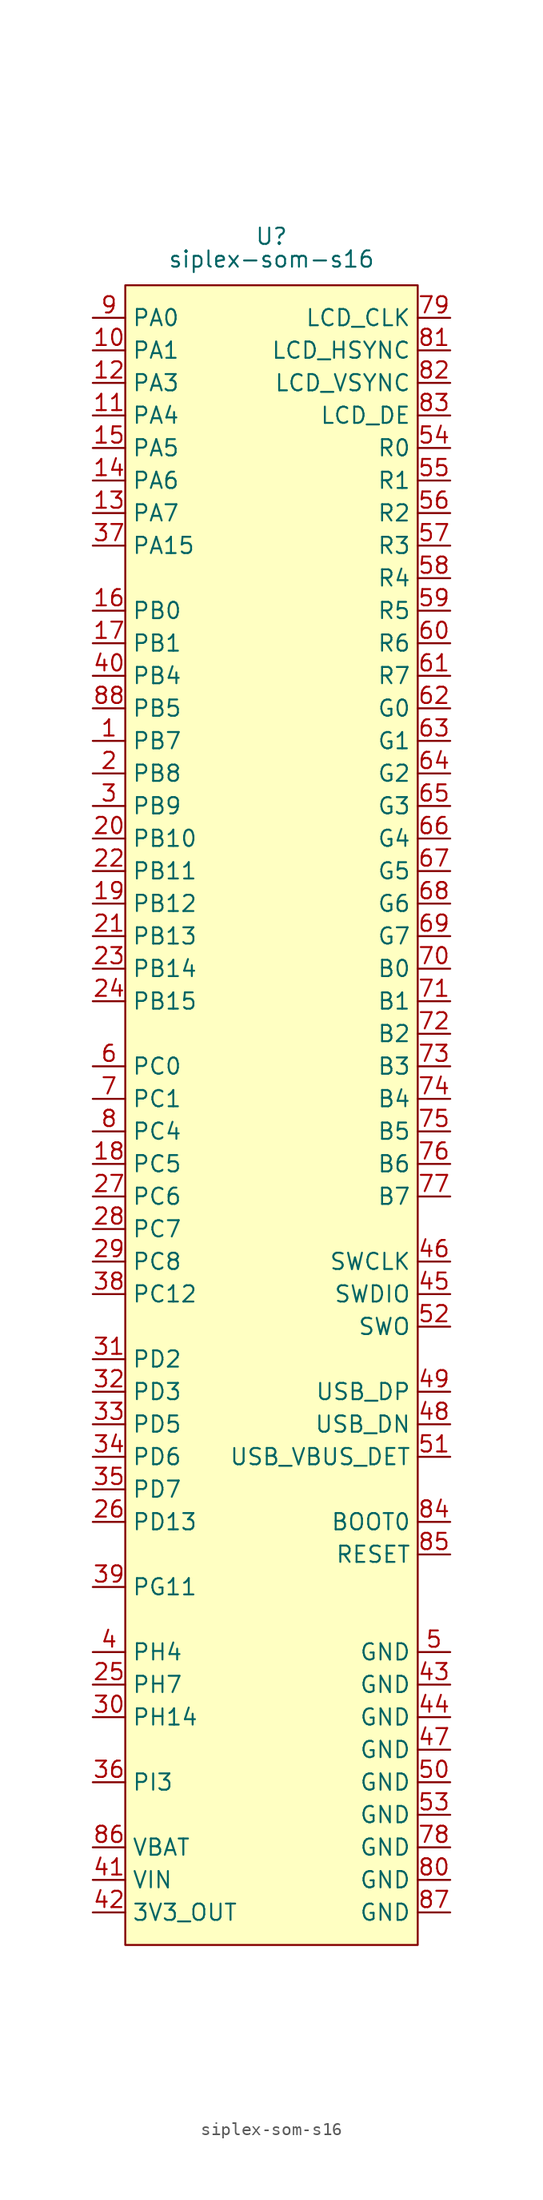
<source format=kicad_sym>
(kicad_symbol_lib
  (version 20231120)
  (generator "kicad_symbol_editor")
  (generator_version "8.0")
  (symbol "siplex-som-s16"
    (property "Reference" "U"
      (at 0 73.66 0)
      (effects (font (size 1.27 1.27))))
    (property "Value" "siplex-som-s16"
      (at 0 71.882 0)
      (effects (font (size 1.27 1.27))))
    (symbol "siplex-som-s16_1_1"
      (rectangle (start -11.43 69.85) (end 11.43 -59.69) (stroke (width 0) (type default)) (fill (type background)))
      (pin bidirectional line (at -13.97 34.29 0) (length 2.54) (name "PB7" (effects (font (size 1.27 1.27)))) (number "1" (effects (font (size 1.27 1.27)))))
      (pin bidirectional line (at -13.97 64.77 0) (length 2.54) (name "PA1" (effects (font (size 1.27 1.27)))) (number "10" (effects (font (size 1.27 1.27)))))
      (pin bidirectional line (at -13.97 59.69 0) (length 2.54) (name "PA4" (effects (font (size 1.27 1.27)))) (number "11" (effects (font (size 1.27 1.27)))))
      (pin bidirectional line (at -13.97 62.23 0) (length 2.54) (name "PA3" (effects (font (size 1.27 1.27)))) (number "12" (effects (font (size 1.27 1.27)))))
      (pin bidirectional line (at -13.97 52.07 0) (length 2.54) (name "PA7" (effects (font (size 1.27 1.27)))) (number "13" (effects (font (size 1.27 1.27)))))
      (pin bidirectional line (at -13.97 54.61 0) (length 2.54) (name "PA6" (effects (font (size 1.27 1.27)))) (number "14" (effects (font (size 1.27 1.27)))))
      (pin bidirectional line (at -13.97 57.15 0) (length 2.54) (name "PA5" (effects (font (size 1.27 1.27)))) (number "15" (effects (font (size 1.27 1.27)))))
      (pin bidirectional line (at -13.97 44.45 0) (length 2.54) (name "PB0" (effects (font (size 1.27 1.27)))) (number "16" (effects (font (size 1.27 1.27)))))
      (pin bidirectional line (at -13.97 41.91 0) (length 2.54) (name "PB1" (effects (font (size 1.27 1.27)))) (number "17" (effects (font (size 1.27 1.27)))))
      (pin bidirectional line (at -13.97 1.27 0) (length 2.54) (name "PC5" (effects (font (size 1.27 1.27)))) (number "18" (effects (font (size 1.27 1.27)))))
      (pin bidirectional line (at -13.97 21.59 0) (length 2.54) (name "PB12" (effects (font (size 1.27 1.27)))) (number "19" (effects (font (size 1.27 1.27)))))
      (pin bidirectional line (at -13.97 31.75 0) (length 2.54) (name "PB8" (effects (font (size 1.27 1.27)))) (number "2" (effects (font (size 1.27 1.27)))))
      (pin bidirectional line (at -13.97 26.67 0) (length 2.54) (name "PB10" (effects (font (size 1.27 1.27)))) (number "20" (effects (font (size 1.27 1.27)))))
      (pin bidirectional line (at -13.97 19.05 0) (length 2.54) (name "PB13" (effects (font (size 1.27 1.27)))) (number "21" (effects (font (size 1.27 1.27)))))
      (pin bidirectional line (at -13.97 24.13 0) (length 2.54) (name "PB11" (effects (font (size 1.27 1.27)))) (number "22" (effects (font (size 1.27 1.27)))))
      (pin bidirectional line (at -13.97 16.51 0) (length 2.54) (name "PB14" (effects (font (size 1.27 1.27)))) (number "23" (effects (font (size 1.27 1.27)))))
      (pin bidirectional line (at -13.97 13.97 0) (length 2.54) (name "PB15" (effects (font (size 1.27 1.27)))) (number "24" (effects (font (size 1.27 1.27)))))
      (pin bidirectional line (at -13.97 -39.37 0) (length 2.54) (name "PH7" (effects (font (size 1.27 1.27)))) (number "25" (effects (font (size 1.27 1.27)))))
      (pin bidirectional line (at -13.97 -26.67 0) (length 2.54) (name "PD13" (effects (font (size 1.27 1.27)))) (number "26" (effects (font (size 1.27 1.27)))))
      (pin bidirectional line (at -13.97 -1.27 0) (length 2.54) (name "PC6" (effects (font (size 1.27 1.27)))) (number "27" (effects (font (size 1.27 1.27)))))
      (pin bidirectional line (at -13.97 -3.81 0) (length 2.54) (name "PC7" (effects (font (size 1.27 1.27)))) (number "28" (effects (font (size 1.27 1.27)))))
      (pin bidirectional line (at -13.97 -6.35 0) (length 2.54) (name "PC8" (effects (font (size 1.27 1.27)))) (number "29" (effects (font (size 1.27 1.27)))))
      (pin bidirectional line (at -13.97 29.21 0) (length 2.54) (name "PB9" (effects (font (size 1.27 1.27)))) (number "3" (effects (font (size 1.27 1.27)))))
      (pin power_in line (at -13.97 -41.91 0) (length 2.54) (name "PH14" (effects (font (size 1.27 1.27)))) (number "30" (effects (font (size 1.27 1.27)))))
      (pin bidirectional line (at -13.97 -13.97 0) (length 2.54) (name "PD2" (effects (font (size 1.27 1.27)))) (number "31" (effects (font (size 1.27 1.27)))))
      (pin bidirectional line (at -13.97 -16.51 0) (length 2.54) (name "PD3" (effects (font (size 1.27 1.27)))) (number "32" (effects (font (size 1.27 1.27)))))
      (pin bidirectional line (at -13.97 -19.05 0) (length 2.54) (name "PD5" (effects (font (size 1.27 1.27)))) (number "33" (effects (font (size 1.27 1.27)))))
      (pin bidirectional line (at -13.97 -21.59 0) (length 2.54) (name "PD6" (effects (font (size 1.27 1.27)))) (number "34" (effects (font (size 1.27 1.27)))))
      (pin bidirectional line (at -13.97 -24.13 0) (length 2.54) (name "PD7" (effects (font (size 1.27 1.27)))) (number "35" (effects (font (size 1.27 1.27)))))
      (pin bidirectional line (at -13.97 -46.99 0) (length 2.54) (name "PI3" (effects (font (size 1.27 1.27)))) (number "36" (effects (font (size 1.27 1.27)))))
      (pin bidirectional line (at -13.97 49.53 0) (length 2.54) (name "PA15" (effects (font (size 1.27 1.27)))) (number "37" (effects (font (size 1.27 1.27)))))
      (pin bidirectional line (at -13.97 -8.89 0) (length 2.54) (name "PC12" (effects (font (size 1.27 1.27)))) (number "38" (effects (font (size 1.27 1.27)))))
      (pin bidirectional line (at -13.97 -31.75 0) (length 2.54) (name "PG11" (effects (font (size 1.27 1.27)))) (number "39" (effects (font (size 1.27 1.27)))))
      (pin bidirectional line (at -13.97 -36.83 0) (length 2.54) (name "PH4" (effects (font (size 1.27 1.27)))) (number "4" (effects (font (size 1.27 1.27)))))
      (pin bidirectional line (at -13.97 39.37 0) (length 2.54) (name "PB4" (effects (font (size 1.27 1.27)))) (number "40" (effects (font (size 1.27 1.27)))))
      (pin power_in line (at -13.97 -54.61 0) (length 2.54) (name "VIN" (effects (font (size 1.27 1.27)))) (number "41" (effects (font (size 1.27 1.27)))))
      (pin power_in line (at -13.97 -57.15 0) (length 2.54) (name "3V3_OUT" (effects (font (size 1.27 1.27)))) (number "42" (effects (font (size 1.27 1.27)))))
      (pin power_in line (at 13.97 -39.37 180) (length 2.54) (name "GND" (effects (font (size 1.27 1.27)))) (number "43" (effects (font (size 1.27 1.27)))))
      (pin power_in line (at 13.97 -41.91 180) (length 2.54) (name "GND" (effects (font (size 1.27 1.27)))) (number "44" (effects (font (size 1.27 1.27)))))
      (pin bidirectional line (at 13.97 -8.89 180) (length 2.54) (name "SWDIO" (effects (font (size 1.27 1.27)))) (number "45" (effects (font (size 1.27 1.27)))))
      (pin bidirectional line (at 13.97 -6.35 180) (length 2.54) (name "SWCLK" (effects (font (size 1.27 1.27)))) (number "46" (effects (font (size 1.27 1.27)))))
      (pin power_in line (at 13.97 -44.45 180) (length 2.54) (name "GND" (effects (font (size 1.27 1.27)))) (number "47" (effects (font (size 1.27 1.27)))))
      (pin bidirectional line (at 13.97 -19.05 180) (length 2.54) (name "USB_DN" (effects (font (size 1.27 1.27)))) (number "48" (effects (font (size 1.27 1.27)))))
      (pin bidirectional line (at 13.97 -16.51 180) (length 2.54) (name "USB_DP" (effects (font (size 1.27 1.27)))) (number "49" (effects (font (size 1.27 1.27)))))
      (pin power_in line (at 13.97 -36.83 180) (length 2.54) (name "GND" (effects (font (size 1.27 1.27)))) (number "5" (effects (font (size 1.27 1.27)))))
      (pin power_in line (at 13.97 -46.99 180) (length 2.54) (name "GND" (effects (font (size 1.27 1.27)))) (number "50" (effects (font (size 1.27 1.27)))))
      (pin bidirectional line (at 13.97 -21.59 180) (length 2.54) (name "USB_VBUS_DET" (effects (font (size 1.27 1.27)))) (number "51" (effects (font (size 1.27 1.27)))))
      (pin bidirectional line (at 13.97 -11.43 180) (length 2.54) (name "SWO" (effects (font (size 1.27 1.27)))) (number "52" (effects (font (size 1.27 1.27)))))
      (pin power_in line (at 13.97 -49.53 180) (length 2.54) (name "GND" (effects (font (size 1.27 1.27)))) (number "53" (effects (font (size 1.27 1.27)))))
      (pin bidirectional line (at 13.97 57.15 180) (length 2.54) (name "R0" (effects (font (size 1.27 1.27)))) (number "54" (effects (font (size 1.27 1.27)))))
      (pin bidirectional line (at 13.97 54.61 180) (length 2.54) (name "R1" (effects (font (size 1.27 1.27)))) (number "55" (effects (font (size 1.27 1.27)))))
      (pin bidirectional line (at 13.97 52.07 180) (length 2.54) (name "R2" (effects (font (size 1.27 1.27)))) (number "56" (effects (font (size 1.27 1.27)))))
      (pin bidirectional line (at 13.97 49.53 180) (length 2.54) (name "R3" (effects (font (size 1.27 1.27)))) (number "57" (effects (font (size 1.27 1.27)))))
      (pin bidirectional line (at 13.97 46.99 180) (length 2.54) (name "R4" (effects (font (size 1.27 1.27)))) (number "58" (effects (font (size 1.27 1.27)))))
      (pin bidirectional line (at 13.97 44.45 180) (length 2.54) (name "R5" (effects (font (size 1.27 1.27)))) (number "59" (effects (font (size 1.27 1.27)))))
      (pin bidirectional line (at -13.97 8.89 0) (length 2.54) (name "PC0" (effects (font (size 1.27 1.27)))) (number "6" (effects (font (size 1.27 1.27)))))
      (pin bidirectional line (at 13.97 41.91 180) (length 2.54) (name "R6" (effects (font (size 1.27 1.27)))) (number "60" (effects (font (size 1.27 1.27)))))
      (pin bidirectional line (at 13.97 39.37 180) (length 2.54) (name "R7" (effects (font (size 1.27 1.27)))) (number "61" (effects (font (size 1.27 1.27)))))
      (pin bidirectional line (at 13.97 36.83 180) (length 2.54) (name "G0" (effects (font (size 1.27 1.27)))) (number "62" (effects (font (size 1.27 1.27)))))
      (pin bidirectional line (at 13.97 34.29 180) (length 2.54) (name "G1" (effects (font (size 1.27 1.27)))) (number "63" (effects (font (size 1.27 1.27)))))
      (pin bidirectional line (at 13.97 31.75 180) (length 2.54) (name "G2" (effects (font (size 1.27 1.27)))) (number "64" (effects (font (size 1.27 1.27)))))
      (pin bidirectional line (at 13.97 29.21 180) (length 2.54) (name "G3" (effects (font (size 1.27 1.27)))) (number "65" (effects (font (size 1.27 1.27)))))
      (pin bidirectional line (at 13.97 26.67 180) (length 2.54) (name "G4" (effects (font (size 1.27 1.27)))) (number "66" (effects (font (size 1.27 1.27)))))
      (pin bidirectional line (at 13.97 24.13 180) (length 2.54) (name "G5" (effects (font (size 1.27 1.27)))) (number "67" (effects (font (size 1.27 1.27)))))
      (pin bidirectional line (at 13.97 21.59 180) (length 2.54) (name "G6" (effects (font (size 1.27 1.27)))) (number "68" (effects (font (size 1.27 1.27)))))
      (pin bidirectional line (at 13.97 19.05 180) (length 2.54) (name "G7" (effects (font (size 1.27 1.27)))) (number "69" (effects (font (size 1.27 1.27)))))
      (pin bidirectional line (at -13.97 6.35 0) (length 2.54) (name "PC1" (effects (font (size 1.27 1.27)))) (number "7" (effects (font (size 1.27 1.27)))))
      (pin bidirectional line (at 13.97 16.51 180) (length 2.54) (name "B0" (effects (font (size 1.27 1.27)))) (number "70" (effects (font (size 1.27 1.27)))))
      (pin bidirectional line (at 13.97 13.97 180) (length 2.54) (name "B1" (effects (font (size 1.27 1.27)))) (number "71" (effects (font (size 1.27 1.27)))))
      (pin bidirectional line (at 13.97 11.43 180) (length 2.54) (name "B2" (effects (font (size 1.27 1.27)))) (number "72" (effects (font (size 1.27 1.27)))))
      (pin bidirectional line (at 13.97 8.89 180) (length 2.54) (name "B3" (effects (font (size 1.27 1.27)))) (number "73" (effects (font (size 1.27 1.27)))))
      (pin bidirectional line (at 13.97 6.35 180) (length 2.54) (name "B4" (effects (font (size 1.27 1.27)))) (number "74" (effects (font (size 1.27 1.27)))))
      (pin bidirectional line (at 13.97 3.81 180) (length 2.54) (name "B5" (effects (font (size 1.27 1.27)))) (number "75" (effects (font (size 1.27 1.27)))))
      (pin bidirectional line (at 13.97 1.27 180) (length 2.54) (name "B6" (effects (font (size 1.27 1.27)))) (number "76" (effects (font (size 1.27 1.27)))))
      (pin bidirectional line (at 13.97 -1.27 180) (length 2.54) (name "B7" (effects (font (size 1.27 1.27)))) (number "77" (effects (font (size 1.27 1.27)))))
      (pin power_in line (at 13.97 -52.07 180) (length 2.54) (name "GND" (effects (font (size 1.27 1.27)))) (number "78" (effects (font (size 1.27 1.27)))))
      (pin bidirectional line (at 13.97 67.31 180) (length 2.54) (name "LCD_CLK" (effects (font (size 1.27 1.27)))) (number "79" (effects (font (size 1.27 1.27)))))
      (pin bidirectional line (at -13.97 3.81 0) (length 2.54) (name "PC4" (effects (font (size 1.27 1.27)))) (number "8" (effects (font (size 1.27 1.27)))))
      (pin power_in line (at 13.97 -54.61 180) (length 2.54) (name "GND" (effects (font (size 1.27 1.27)))) (number "80" (effects (font (size 1.27 1.27)))))
      (pin bidirectional line (at 13.97 64.77 180) (length 2.54) (name "LCD_HSYNC" (effects (font (size 1.27 1.27)))) (number "81" (effects (font (size 1.27 1.27)))))
      (pin bidirectional line (at 13.97 62.23 180) (length 2.54) (name "LCD_VSYNC" (effects (font (size 1.27 1.27)))) (number "82" (effects (font (size 1.27 1.27)))))
      (pin bidirectional line (at 13.97 59.69 180) (length 2.54) (name "LCD_DE" (effects (font (size 1.27 1.27)))) (number "83" (effects (font (size 1.27 1.27)))))
      (pin input line (at 13.97 -26.67 180) (length 2.54) (name "BOOT0" (effects (font (size 1.27 1.27)))) (number "84" (effects (font (size 1.27 1.27)))))
      (pin input line (at 13.97 -29.21 180) (length 2.54) (name "RESET" (effects (font (size 1.27 1.27)))) (number "85" (effects (font (size 1.27 1.27)))))
      (pin power_in line (at -13.97 -52.07 0) (length 2.54) (name "VBAT" (effects (font (size 1.27 1.27)))) (number "86" (effects (font (size 1.27 1.27)))))
      (pin power_in line (at 13.97 -57.15 180) (length 2.54) (name "GND" (effects (font (size 1.27 1.27)))) (number "87" (effects (font (size 1.27 1.27)))))
      (pin bidirectional line (at -13.97 36.83 0) (length 2.54) (name "PB5" (effects (font (size 1.27 1.27)))) (number "88" (effects (font (size 1.27 1.27)))))
      (pin bidirectional line (at -13.97 67.31 0) (length 2.54) (name "PA0" (effects (font (size 1.27 1.27)))) (number "9" (effects (font (size 1.27 1.27))))))))
</source>
